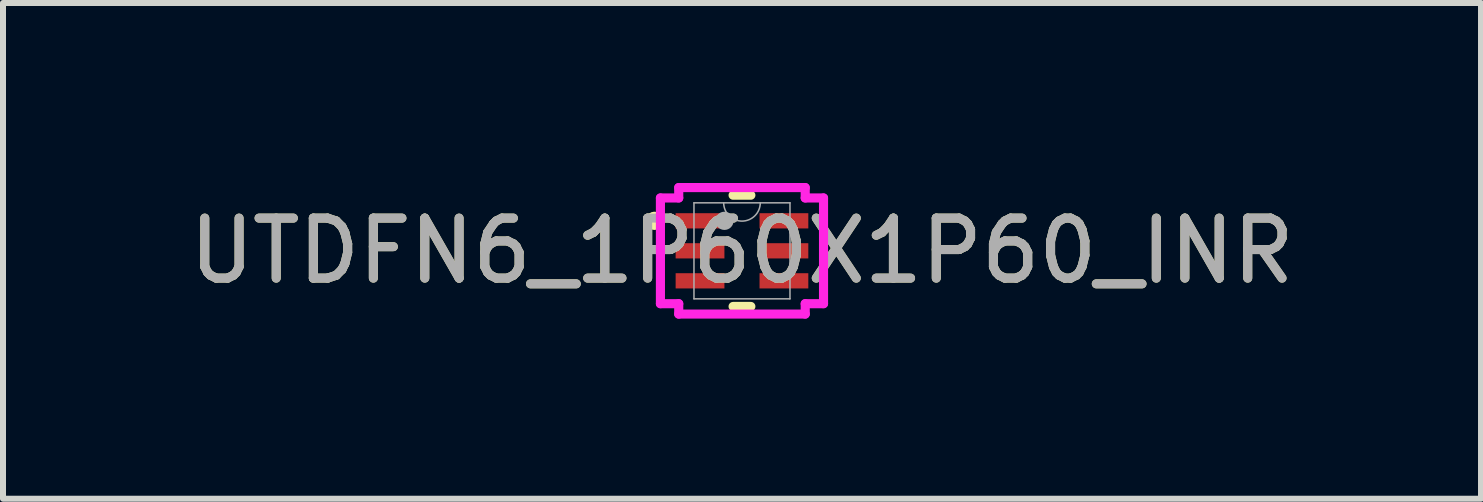
<source format=kicad_pcb>
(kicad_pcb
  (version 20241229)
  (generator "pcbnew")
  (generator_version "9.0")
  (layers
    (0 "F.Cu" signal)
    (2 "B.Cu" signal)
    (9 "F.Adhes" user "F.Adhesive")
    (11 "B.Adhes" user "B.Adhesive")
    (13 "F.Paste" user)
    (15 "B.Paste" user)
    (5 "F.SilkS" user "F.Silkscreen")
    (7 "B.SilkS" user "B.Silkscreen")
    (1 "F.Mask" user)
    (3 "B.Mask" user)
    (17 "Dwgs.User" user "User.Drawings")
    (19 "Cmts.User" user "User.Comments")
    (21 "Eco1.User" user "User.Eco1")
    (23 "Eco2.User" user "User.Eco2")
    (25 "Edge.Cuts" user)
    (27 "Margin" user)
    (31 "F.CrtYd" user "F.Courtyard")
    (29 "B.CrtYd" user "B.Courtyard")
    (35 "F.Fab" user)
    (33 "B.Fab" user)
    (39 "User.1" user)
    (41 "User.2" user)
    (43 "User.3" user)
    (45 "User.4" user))
  (footprint "UTDFN6_1P60X1P60_INR"
    (layer "F.Cu")
    (at 9.315 1.13)
    (property "Reference" "UTDFN6_1P60X1P60_INR" (at 0 0 0) (unlocked yes) (layer "F.SilkS") (effects (font (size 1 1) (thickness 0.15))))
    (attr smd)
    (fp_line (start -0.148 0.927) (end 0.148 0.927) (stroke (width 0.152) (type solid)) (layer "F.SilkS"))
    (fp_line (start 0.148 -0.927) (end -0.148 -0.927) (stroke (width 0.152) (type solid)) (layer "F.SilkS"))
    (fp_arc (start -1.43764 -0.426171) (mid -1.5327 -0.5) (end -1.43764 -0.573829) (stroke (width 0.1524) (type solid)) (layer "F.SilkS"))
    (fp_line (start -1.359 -0.881) (end -1.054 -0.881) (stroke (width 0.152) (type solid)) (layer "F.CrtYd"))
    (fp_line (start -1.359 0.881) (end -1.359 -0.881) (stroke (width 0.152) (type solid)) (layer "F.CrtYd"))
    (fp_line (start -1.359 0.881) (end -1.054 0.881) (stroke (width 0.152) (type solid)) (layer "F.CrtYd"))
    (fp_line (start -1.054 -1.054) (end 1.054 -1.054) (stroke (width 0.152) (type solid)) (layer "F.CrtYd"))
    (fp_line (start -1.054 -0.881) (end -1.054 -1.054) (stroke (width 0.152) (type solid)) (layer "F.CrtYd"))
    (fp_line (start -1.054 1.054) (end -1.054 0.881) (stroke (width 0.152) (type solid)) (layer "F.CrtYd"))
    (fp_line (start 1.054 -1.054) (end 1.054 -0.881) (stroke (width 0.152) (type solid)) (layer "F.CrtYd"))
    (fp_line (start 1.054 0.881) (end 1.054 1.054) (stroke (width 0.152) (type solid)) (layer "F.CrtYd"))
    (fp_line (start 1.054 1.054) (end -1.054 1.054) (stroke (width 0.152) (type solid)) (layer "F.CrtYd"))
    (fp_line (start 1.359 -0.881) (end 1.054 -0.881) (stroke (width 0.152) (type solid)) (layer "F.CrtYd"))
    (fp_line (start 1.359 -0.881) (end 1.359 0.881) (stroke (width 0.152) (type solid)) (layer "F.CrtYd"))
    (fp_line (start 1.359 0.881) (end 1.054 0.881) (stroke (width 0.152) (type solid)) (layer "F.CrtYd"))
    (fp_line (start -0.8 -0.8) (end -0.8 0.8) (stroke (width 0.025) (type solid)) (layer "F.Fab"))
    (fp_line (start -0.8 0.8) (end 0.8 0.8) (stroke (width 0.025) (type solid)) (layer "F.Fab"))
    (fp_line (start 0.8 -0.8) (end -0.8 -0.8) (stroke (width 0.025) (type solid)) (layer "F.Fab"))
    (fp_line (start 0.8 0.8) (end 0.8 -0.8) (stroke (width 0.025) (type solid)) (layer "F.Fab"))
    (fp_arc (start 0.3048 -0.8001) (mid 0 -0.4953) (end -0.3048 -0.8001) (stroke (width 0.0254) (type solid)) (layer "F.Fab"))
    (fp_circle (center -0.292 -0.5) (end -0.292 -0.5) (stroke (width 0.152) (type solid)) (fill no) (layer "F.Fab"))
    (fp_text user "${REFERENCE}" (at 0 0 0) (unlocked yes) (layer "F.Fab") (effects (font (size 1 1) (thickness 0.15))))
    (pad "1" smd rect (at -0.699 -0.5) (size 0.813 0.254) (layers "F.Cu" "F.Mask" "F.Paste"))
    (pad "2" smd rect (at -0.699 0) (size 0.813 0.254) (layers "F.Cu" "F.Mask" "F.Paste"))
    (pad "3" smd rect (at -0.699 0.5) (size 0.813 0.254) (layers "F.Cu" "F.Mask" "F.Paste"))
    (pad "4" smd rect (at 0.699 0.5) (size 0.813 0.254) (layers "F.Cu" "F.Mask" "F.Paste"))
    (pad "5" smd rect (at 0.699 0) (size 0.813 0.254) (layers "F.Cu" "F.Mask" "F.Paste"))
    (pad "6" smd rect (at 0.699 -0.5) (size 0.813 0.254) (layers "F.Cu" "F.Mask" "F.Paste")))
  (gr_rect
    (start -3 -3)
    (end 21.631 5.261)
    (stroke (width 0.1) (type default))
    (fill no)
    (layer "Edge.Cuts")))
</source>
